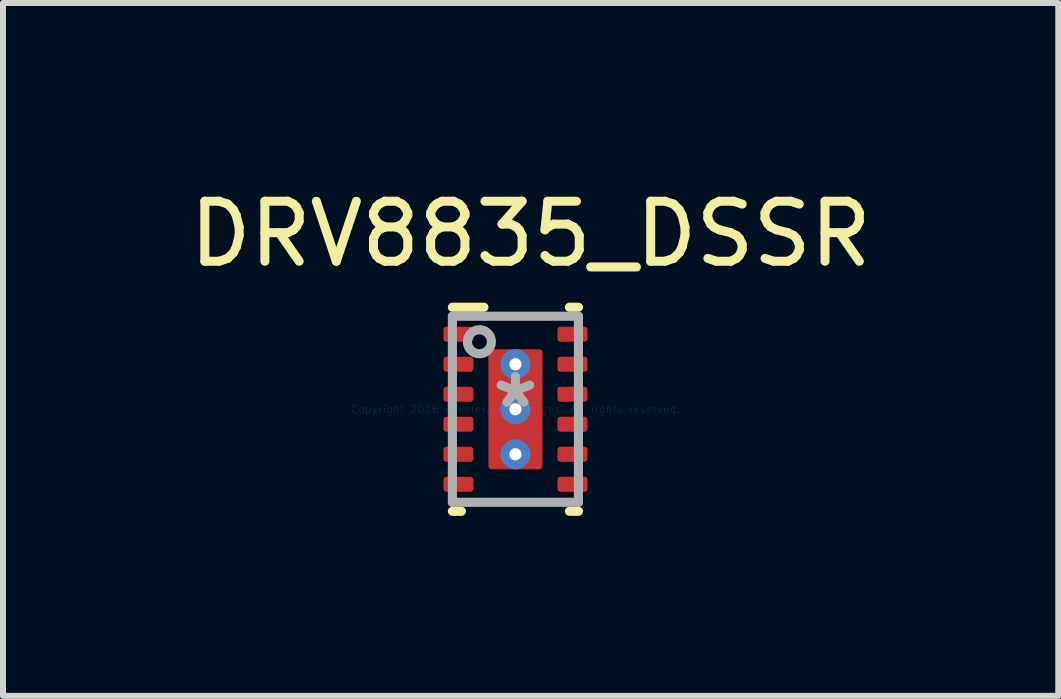
<source format=kicad_pcb>
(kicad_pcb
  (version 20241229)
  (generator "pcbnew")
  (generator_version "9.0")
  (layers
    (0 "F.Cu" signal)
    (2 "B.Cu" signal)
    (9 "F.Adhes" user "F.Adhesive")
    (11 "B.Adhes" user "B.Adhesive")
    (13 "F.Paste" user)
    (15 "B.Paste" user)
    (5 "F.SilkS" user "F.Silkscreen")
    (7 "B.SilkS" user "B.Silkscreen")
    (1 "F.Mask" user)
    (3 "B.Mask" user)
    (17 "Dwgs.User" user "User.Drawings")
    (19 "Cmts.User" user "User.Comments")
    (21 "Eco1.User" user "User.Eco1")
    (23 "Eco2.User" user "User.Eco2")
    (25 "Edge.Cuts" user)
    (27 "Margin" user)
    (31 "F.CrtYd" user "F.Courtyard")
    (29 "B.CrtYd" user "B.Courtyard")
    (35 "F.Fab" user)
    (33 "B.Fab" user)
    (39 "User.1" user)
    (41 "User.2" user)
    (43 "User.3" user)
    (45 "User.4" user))
  (footprint "DRV8835_DSSR"
    (layer "F.Cu")
    (at 5.538 3.769)
    (property "Reference" "DRV8835_DSSR" (at 0.254 -2.921 0) (layer "F.SilkS") (effects (font (size 1 1) (thickness 0.15))))
    (attr through_hole)
    (fp_line (start -1.05 1.7) (end -0.9 1.7) (stroke (width 0.152) (type solid)) (layer "F.SilkS"))
    (fp_line (start -1.05 -1.7) (end -0.525 -1.7) (stroke (width 0.152) (type solid)) (layer "F.SilkS"))
    (fp_line (start 0.9 -1.7) (end 1.05 -1.7) (stroke (width 0.152) (type solid)) (layer "F.SilkS"))
    (fp_line (start 0.9 1.7) (end 1.05 1.7) (stroke (width 0.152) (type solid)) (layer "F.SilkS"))
    (fp_line (start -1.05 -1.55) (end 1.05 -1.55) (stroke (width 0.152) (type solid)) (layer "F.Fab"))
    (fp_line (start -1.05 1.55) (end -1.05 -1.55) (stroke (width 0.152) (type solid)) (layer "F.Fab"))
    (fp_line (start -1.05 1.55) (end 1.05 1.55) (stroke (width 0.152) (type solid)) (layer "F.Fab"))
    (fp_line (start 1.05 1.55) (end 1.05 -1.55) (stroke (width 0.152) (type solid)) (layer "F.Fab"))
    (fp_circle (center -0.6 -1.125) (end -0.4 -1.125) (stroke (width 0.152) (type solid)) (fill no) (layer "F.Fab"))
    (fp_text user "Copyright 2016 Accelerated Designs. All rights reserved." (at 0 0 0) (layer "Cmts.User") (effects (font (size 0.127 0.127) (thickness 0.002))))
    (fp_text user "*" (at 0 0 0) (layer "F.Fab") (effects (font (size 1 1) (thickness 0.15))))
    (pad "1" smd roundrect (at -0.95 -1.25 90) (size 0.25 0.5) (layers "F.Cu" "F.Mask" "F.Paste") (roundrect_rratio 0.2))
    (pad "2" smd roundrect (at -0.95 -0.75 90) (size 0.25 0.5) (layers "F.Cu" "F.Mask" "F.Paste") (roundrect_rratio 0.2))
    (pad "3" smd roundrect (at -0.95 -0.25 90) (size 0.25 0.5) (layers "F.Cu" "F.Mask" "F.Paste") (roundrect_rratio 0.2))
    (pad "4" smd roundrect (at -0.95 0.25 90) (size 0.25 0.5) (layers "F.Cu" "F.Mask" "F.Paste") (roundrect_rratio 0.2))
    (pad "5" smd roundrect (at -0.95 0.75 90) (size 0.25 0.5) (layers "F.Cu" "F.Mask" "F.Paste") (roundrect_rratio 0.2))
    (pad "6" smd roundrect (at -0.95 1.25 90) (size 0.25 0.5) (layers "F.Cu" "F.Mask" "F.Paste") (roundrect_rratio 0.2))
    (pad "7" smd roundrect (at 0.95 1.25 90) (size 0.25 0.5) (layers "F.Cu" "F.Mask" "F.Paste") (roundrect_rratio 0.2))
    (pad "8" smd roundrect (at 0.95 0.75 90) (size 0.25 0.5) (layers "F.Cu" "F.Mask" "F.Paste") (roundrect_rratio 0.2))
    (pad "9" smd roundrect (at 0.95 0.25 90) (size 0.25 0.5) (layers "F.Cu" "F.Mask" "F.Paste") (roundrect_rratio 0.2))
    (pad "10" smd roundrect (at 0.95 -0.25 90) (size 0.25 0.5) (layers "F.Cu" "F.Mask" "F.Paste") (roundrect_rratio 0.2))
    (pad "11" smd roundrect (at 0.95 -0.75 90) (size 0.25 0.5) (layers "F.Cu" "F.Mask" "F.Paste") (roundrect_rratio 0.2))
    (pad "12" smd roundrect (at 0.95 -1.25 90) (size 0.25 0.5) (layers "F.Cu" "F.Mask" "F.Paste") (roundrect_rratio 0.2))
    (pad "13" thru_hole circle (at 0 0) (size 0.5 0.5) (drill 0.203) (layers "*.Cu" "*.Mask"))
    (pad "13" thru_hole circle (at 0.000003 -0.75) (size 0.5 0.5) (drill 0.203) (layers "*.Cu" "*.Mask"))
    (pad "13" smd roundrect (at 0.000003 0) (size 0.9 2) (layers "F.Cu" "F.Mask" "F.Paste") (roundrect_rratio 0.056))
    (pad "13" thru_hole circle (at 0.000003 0.75) (size 0.5 0.5) (drill 0.203) (layers "*.Cu" "*.Mask")))
  (gr_rect
    (start -3 -3)
    (end 14.583 8.545)
    (stroke (width 0.1) (type default))
    (fill no)
    (layer "Edge.Cuts")))
</source>
